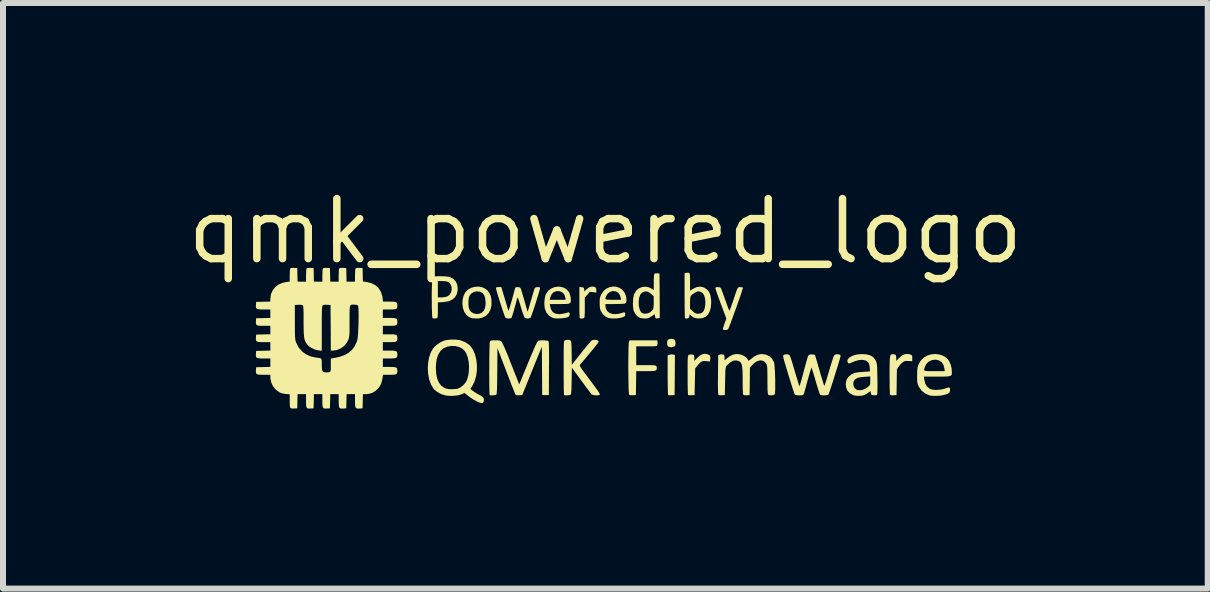
<source format=kicad_pcb>
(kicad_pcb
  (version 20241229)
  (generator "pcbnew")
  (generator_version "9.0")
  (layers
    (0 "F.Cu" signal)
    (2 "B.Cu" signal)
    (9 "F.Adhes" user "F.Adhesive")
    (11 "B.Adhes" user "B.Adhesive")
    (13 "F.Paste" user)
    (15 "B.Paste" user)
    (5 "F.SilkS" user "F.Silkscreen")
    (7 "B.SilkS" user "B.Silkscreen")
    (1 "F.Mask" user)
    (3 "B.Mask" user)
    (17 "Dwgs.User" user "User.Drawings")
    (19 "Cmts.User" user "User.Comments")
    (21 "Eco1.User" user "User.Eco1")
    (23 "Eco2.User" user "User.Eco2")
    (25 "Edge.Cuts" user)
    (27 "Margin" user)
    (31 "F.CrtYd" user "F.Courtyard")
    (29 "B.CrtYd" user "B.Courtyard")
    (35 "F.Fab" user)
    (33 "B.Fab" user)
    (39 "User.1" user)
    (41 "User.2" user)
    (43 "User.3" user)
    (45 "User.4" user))
  (footprint "qmk_powered_logo"
    (layer "F.Cu")
    (at 7.04 2.582)
    (property "Reference" "qmk_powered_logo" (at 0 -1.778 0) (layer "F.SilkS") (effects (font (size 1 1) (thickness 0.125))))
    (attr board_only exclude_from_pos_files exclude_from_bom)
    (fp_poly (pts (xy 1.123 0.276) (xy 1.159 0.283) (xy 1.157 0.618) (xy 1.154 0.953) (xy 1.103 0.955) (xy 1.073 0.956) (xy 1.051 0.954) (xy 1.045 0.951) (xy 1.044 0.94) (xy 1.042 0.911) (xy 1.041 0.866) (xy 1.04 0.809) (xy 1.039 0.741) (xy 1.038 0.666) (xy 1.038 0.618) (xy 1.038 0.292) (xy 1.063 0.281) (xy 1.091 0.275)) (stroke (width 0) (type solid)) (fill yes) (layer "F.SilkS"))
    (fp_poly (pts (xy 1.128 0.019) (xy 1.151 0.028) (xy 1.153 0.029) (xy 1.163 0.048) (xy 1.169 0.077) (xy 1.168 0.108) (xy 1.162 0.132) (xy 1.157 0.138) (xy 1.13 0.15) (xy 1.096 0.156) (xy 1.073 0.154) (xy 1.046 0.142) (xy 1.032 0.121) (xy 1.028 0.086) (xy 1.028 0.086) (xy 1.033 0.048) (xy 1.05 0.026) (xy 1.082 0.016) (xy 1.099 0.016)) (stroke (width 0) (type solid)) (fill yes) (layer "F.SilkS"))
    (fp_poly (pts (xy -0.171 -0.846) (xy -0.157 -0.831) (xy -0.151 -0.804) (xy -0.151 -0.796) (xy -0.151 -0.756) (xy -0.205 -0.762) (xy -0.258 -0.768) (xy -0.3 -0.72) (xy -0.343 -0.672) (xy -0.343 -0.504) (xy -0.343 -0.441) (xy -0.344 -0.395) (xy -0.346 -0.363) (xy -0.349 -0.344) (xy -0.353 -0.333) (xy -0.359 -0.329) (xy -0.383 -0.323) (xy -0.409 -0.323) (xy -0.426 -0.329) (xy -0.427 -0.329) (xy -0.429 -0.341) (xy -0.43 -0.37) (xy -0.432 -0.413) (xy -0.433 -0.469) (xy -0.433 -0.533) (xy -0.433 -0.592) (xy -0.433 -0.848) (xy -0.396 -0.845) (xy -0.37 -0.841) (xy -0.358 -0.831) (xy -0.353 -0.808) (xy -0.353 -0.808) (xy -0.348 -0.774) (xy -0.323 -0.801) (xy -0.281 -0.836) (xy -0.238 -0.854) (xy -0.195 -0.855)) (stroke (width 0) (type solid)) (fill yes) (layer "F.SilkS"))
    (fp_poly (pts (xy 5.073 0.274) (xy 5.098 0.283) (xy 5.111 0.293) (xy 5.115 0.311) (xy 5.115 0.338) (xy 5.115 0.388) (xy 5.052 0.385) (xy 5.014 0.384) (xy 4.989 0.388) (xy 4.968 0.397) (xy 4.954 0.408) (xy 4.927 0.432) (xy 4.899 0.464) (xy 4.889 0.478) (xy 4.859 0.522) (xy 4.856 0.737) (xy 4.853 0.953) (xy 4.802 0.956) (xy 4.769 0.956) (xy 4.751 0.951) (xy 4.744 0.942) (xy 4.742 0.928) (xy 4.741 0.897) (xy 4.739 0.85) (xy 4.738 0.792) (xy 4.738 0.723) (xy 4.737 0.648) (xy 4.737 0.615) (xy 4.737 0.523) (xy 4.738 0.449) (xy 4.739 0.391) (xy 4.741 0.348) (xy 4.745 0.316) (xy 4.75 0.295) (xy 4.757 0.282) (xy 4.767 0.275) (xy 4.779 0.273) (xy 4.793 0.272) (xy 4.823 0.275) (xy 4.84 0.286) (xy 4.847 0.31) (xy 4.848 0.335) (xy 4.848 0.385) (xy 4.896 0.335) (xy 4.944 0.293) (xy 4.991 0.271) (xy 5.04 0.267)) (stroke (width 0) (type solid)) (fill yes) (layer "F.SilkS"))
    (fp_poly (pts (xy 1.675 0.266) (xy 1.695 0.272) (xy 1.715 0.276) (xy 1.739 0.291) (xy 1.75 0.319) (xy 1.748 0.361) (xy 1.747 0.362) (xy 1.741 0.394) (xy 1.682 0.387) (xy 1.644 0.385) (xy 1.614 0.39) (xy 1.587 0.405) (xy 1.559 0.432) (xy 1.536 0.46) (xy 1.497 0.507) (xy 1.492 0.73) (xy 1.487 0.953) (xy 1.436 0.955) (xy 1.405 0.956) (xy 1.384 0.954) (xy 1.378 0.951) (xy 1.376 0.94) (xy 1.375 0.911) (xy 1.373 0.866) (xy 1.372 0.809) (xy 1.371 0.741) (xy 1.371 0.666) (xy 1.371 0.619) (xy 1.371 0.529) (xy 1.371 0.458) (xy 1.371 0.402) (xy 1.372 0.36) (xy 1.374 0.33) (xy 1.376 0.31) (xy 1.379 0.296) (xy 1.383 0.289) (xy 1.388 0.284) (xy 1.392 0.282) (xy 1.417 0.275) (xy 1.447 0.277) (xy 1.468 0.282) (xy 1.478 0.29) (xy 1.481 0.309) (xy 1.482 0.333) (xy 1.482 0.383) (xy 1.53 0.334) (xy 1.568 0.3) (xy 1.609 0.277) (xy 1.647 0.265)) (stroke (width 0) (type solid)) (fill yes) (layer "F.SilkS"))
    (fp_poly (pts (xy 0.87 0.068) (xy 0.87 0.097) (xy 0.866 0.118) (xy 0.862 0.126) (xy 0.856 0.132) (xy 0.845 0.137) (xy 0.826 0.139) (xy 0.796 0.14) (xy 0.752 0.141) (xy 0.691 0.141) (xy 0.686 0.141) (xy 0.514 0.141) (xy 0.514 0.297) (xy 0.514 0.454) (xy 0.679 0.454) (xy 0.743 0.454) (xy 0.789 0.455) (xy 0.821 0.457) (xy 0.841 0.463) (xy 0.851 0.471) (xy 0.856 0.484) (xy 0.857 0.502) (xy 0.857 0.508) (xy 0.855 0.524) (xy 0.849 0.536) (xy 0.835 0.545) (xy 0.812 0.55) (xy 0.775 0.553) (xy 0.723 0.554) (xy 0.674 0.554) (xy 0.514 0.554) (xy 0.512 0.753) (xy 0.509 0.953) (xy 0.459 0.955) (xy 0.423 0.955) (xy 0.399 0.949) (xy 0.396 0.946) (xy 0.393 0.933) (xy 0.39 0.903) (xy 0.388 0.858) (xy 0.386 0.8) (xy 0.385 0.732) (xy 0.384 0.657) (xy 0.383 0.577) (xy 0.382 0.495) (xy 0.382 0.413) (xy 0.383 0.334) (xy 0.384 0.261) (xy 0.385 0.195) (xy 0.387 0.14) (xy 0.389 0.099) (xy 0.391 0.073) (xy 0.393 0.066) (xy 0.403 0.04) (xy 0.634 0.04) (xy 0.864 0.04)) (stroke (width 0) (type solid)) (fill yes) (layer "F.SilkS"))
    (fp_poly (pts (xy -2.044 -0.841) (xy -1.992 -0.814) (xy -1.968 -0.794) (xy -1.934 -0.75) (xy -1.912 -0.703) (xy -1.9 -0.646) (xy -1.898 -0.62) (xy -1.899 -0.539) (xy -1.916 -0.469) (xy -1.947 -0.412) (xy -1.991 -0.367) (xy -2.047 -0.338) (xy -2.115 -0.324) (xy -2.143 -0.324) (xy -2.181 -0.325) (xy -2.213 -0.327) (xy -2.232 -0.33) (xy -2.276 -0.35) (xy -2.317 -0.385) (xy -2.35 -0.43) (xy -2.354 -0.44) (xy -2.375 -0.5) (xy -2.383 -0.568) (xy -2.383 -0.572) (xy -2.283 -0.572) (xy -2.28 -0.523) (xy -2.271 -0.482) (xy -2.265 -0.466) (xy -2.235 -0.431) (xy -2.194 -0.408) (xy -2.147 -0.398) (xy -2.099 -0.403) (xy -2.057 -0.422) (xy -2.026 -0.454) (xy -2.006 -0.498) (xy -1.997 -0.556) (xy -1.996 -0.584) (xy -2.002 -0.655) (xy -2.018 -0.709) (xy -2.046 -0.746) (xy -2.086 -0.769) (xy -2.139 -0.776) (xy -2.139 -0.776) (xy -2.19 -0.767) (xy -2.234 -0.741) (xy -2.264 -0.703) (xy -2.275 -0.67) (xy -2.282 -0.624) (xy -2.283 -0.572) (xy -2.383 -0.572) (xy -2.379 -0.637) (xy -2.364 -0.701) (xy -2.337 -0.756) (xy -2.326 -0.77) (xy -2.281 -0.811) (xy -2.226 -0.839) (xy -2.165 -0.853) (xy -2.103 -0.854)) (stroke (width 0) (type solid)) (fill yes) (layer "F.SilkS"))
    (fp_poly (pts (xy -2.692 -1.027) (xy -2.646 -1.023) (xy -2.609 -1.018) (xy -2.589 -1.013) (xy -2.534 -0.984) (xy -2.494 -0.941) (xy -2.469 -0.887) (xy -2.461 -0.823) (xy -2.462 -0.797) (xy -2.476 -0.731) (xy -2.506 -0.679) (xy -2.551 -0.639) (xy -2.612 -0.612) (xy -2.688 -0.598) (xy -2.707 -0.597) (xy -2.792 -0.592) (xy -2.792 -0.463) (xy -2.792 -0.409) (xy -2.794 -0.372) (xy -2.796 -0.348) (xy -2.801 -0.335) (xy -2.807 -0.329) (xy -2.808 -0.329) (xy -2.838 -0.324) (xy -2.871 -0.326) (xy -2.88 -0.329) (xy -2.884 -0.34) (xy -2.887 -0.369) (xy -2.889 -0.412) (xy -2.891 -0.466) (xy -2.893 -0.529) (xy -2.893 -0.598) (xy -2.894 -0.67) (xy -2.894 -0.742) (xy -2.893 -0.811) (xy -2.891 -0.875) (xy -2.89 -0.93) (xy -2.889 -0.947) (xy -2.792 -0.947) (xy -2.792 -0.811) (xy -2.792 -0.675) (xy -2.729 -0.675) (xy -2.676 -0.68) (xy -2.634 -0.692) (xy -2.631 -0.693) (xy -2.596 -0.72) (xy -2.573 -0.758) (xy -2.562 -0.802) (xy -2.563 -0.847) (xy -2.577 -0.888) (xy -2.603 -0.921) (xy -2.62 -0.932) (xy -2.651 -0.942) (xy -2.696 -0.947) (xy -2.721 -0.947) (xy -2.792 -0.947) (xy -2.889 -0.947) (xy -2.887 -0.974) (xy -2.884 -1.004) (xy -2.881 -1.016) (xy -2.864 -1.022) (xy -2.832 -1.026) (xy -2.79 -1.028) (xy -2.742 -1.028)) (stroke (width 0) (type solid)) (fill yes) (layer "F.SilkS"))
    (fp_poly (pts (xy -0.755 -0.853) (xy -0.692 -0.837) (xy -0.642 -0.806) (xy -0.605 -0.76) (xy -0.583 -0.7) (xy -0.577 -0.659) (xy -0.575 -0.627) (xy -0.576 -0.603) (xy -0.583 -0.586) (xy -0.599 -0.575) (xy -0.625 -0.568) (xy -0.665 -0.565) (xy -0.722 -0.565) (xy -0.767 -0.564) (xy -0.926 -0.564) (xy -0.92 -0.527) (xy -0.904 -0.471) (xy -0.876 -0.43) (xy -0.834 -0.405) (xy -0.78 -0.396) (xy -0.751 -0.397) (xy -0.709 -0.403) (xy -0.668 -0.411) (xy -0.649 -0.417) (xy -0.618 -0.426) (xy -0.602 -0.424) (xy -0.596 -0.41) (xy -0.595 -0.392) (xy -0.601 -0.367) (xy -0.622 -0.348) (xy -0.658 -0.336) (xy -0.712 -0.328) (xy -0.756 -0.325) (xy -0.806 -0.324) (xy -0.842 -0.326) (xy -0.869 -0.332) (xy -0.892 -0.341) (xy -0.944 -0.376) (xy -0.984 -0.425) (xy -1.008 -0.484) (xy -1.008 -0.484) (xy -1.016 -0.537) (xy -1.017 -0.597) (xy -1.013 -0.635) (xy -0.928 -0.635) (xy -0.795 -0.635) (xy -0.663 -0.635) (xy -0.668 -0.676) (xy -0.683 -0.721) (xy -0.713 -0.755) (xy -0.753 -0.776) (xy -0.799 -0.781) (xy -0.826 -0.776) (xy -0.867 -0.758) (xy -0.896 -0.727) (xy -0.916 -0.681) (xy -0.921 -0.663) (xy -0.928 -0.635) (xy -1.013 -0.635) (xy -1.011 -0.656) (xy -1 -0.707) (xy -0.99 -0.732) (xy -0.952 -0.786) (xy -0.901 -0.825) (xy -0.84 -0.849) (xy -0.774 -0.855)) (stroke (width 0) (type solid)) (fill yes) (layer "F.SilkS"))
    (fp_poly (pts (xy 2.248 -0.847) (xy 2.274 -0.844) (xy 2.291 -0.839) (xy 2.293 -0.837) (xy 2.291 -0.826) (xy 2.282 -0.799) (xy 2.269 -0.758) (xy 2.252 -0.705) (xy 2.231 -0.645) (xy 2.207 -0.578) (xy 2.183 -0.508) (xy 2.157 -0.438) (xy 2.132 -0.369) (xy 2.109 -0.306) (xy 2.088 -0.249) (xy 2.07 -0.202) (xy 2.056 -0.167) (xy 2.047 -0.148) (xy 2.045 -0.145) (xy 2.028 -0.135) (xy 2.002 -0.131) (xy 1.976 -0.133) (xy 1.96 -0.141) (xy 1.96 -0.142) (xy 1.96 -0.156) (xy 1.967 -0.183) (xy 1.979 -0.219) (xy 1.985 -0.237) (xy 2.017 -0.321) (xy 1.926 -0.564) (xy 1.901 -0.63) (xy 1.879 -0.692) (xy 1.86 -0.745) (xy 1.846 -0.787) (xy 1.837 -0.815) (xy 1.834 -0.826) (xy 1.838 -0.84) (xy 1.852 -0.846) (xy 1.874 -0.847) (xy 1.901 -0.844) (xy 1.92 -0.836) (xy 1.922 -0.834) (xy 1.929 -0.821) (xy 1.94 -0.792) (xy 1.956 -0.75) (xy 1.975 -0.699) (xy 1.995 -0.641) (xy 1.997 -0.638) (xy 2.017 -0.581) (xy 2.035 -0.531) (xy 2.05 -0.491) (xy 2.061 -0.465) (xy 2.067 -0.454) (xy 2.067 -0.454) (xy 2.073 -0.463) (xy 2.083 -0.488) (xy 2.097 -0.525) (xy 2.113 -0.572) (xy 2.122 -0.597) (xy 2.147 -0.673) (xy 2.167 -0.731) (xy 2.182 -0.775) (xy 2.194 -0.806) (xy 2.204 -0.827) (xy 2.213 -0.839) (xy 2.221 -0.845) (xy 2.231 -0.847) (xy 2.242 -0.847)) (stroke (width 0) (type solid)) (fill yes) (layer "F.SilkS"))
    (fp_poly (pts (xy 0.18 -0.853) (xy 0.232 -0.836) (xy 0.278 -0.806) (xy 0.315 -0.763) (xy 0.338 -0.713) (xy 0.35 -0.658) (xy 0.352 -0.615) (xy 0.344 -0.586) (xy 0.333 -0.575) (xy 0.316 -0.571) (xy 0.283 -0.568) (xy 0.237 -0.566) (xy 0.181 -0.565) (xy 0.157 -0.564) (xy 0 -0.564) (xy 0 -0.535) (xy 0.009 -0.484) (xy 0.034 -0.444) (xy 0.073 -0.414) (xy 0.123 -0.398) (xy 0.182 -0.397) (xy 0.223 -0.403) (xy 0.261 -0.412) (xy 0.279 -0.418) (xy 0.309 -0.427) (xy 0.326 -0.422) (xy 0.332 -0.401) (xy 0.331 -0.387) (xy 0.326 -0.368) (xy 0.313 -0.356) (xy 0.287 -0.344) (xy 0.277 -0.341) (xy 0.236 -0.331) (xy 0.184 -0.325) (xy 0.13 -0.324) (xy 0.08 -0.327) (xy 0.047 -0.333) (xy -0.000362 -0.357) (xy -0.042 -0.396) (xy -0.071 -0.44) (xy -0.084 -0.47) (xy -0.091 -0.5) (xy -0.094 -0.538) (xy -0.095 -0.58) (xy -0.095 -0.627) (xy -0.092 -0.654) (xy 0.00027 -0.654) (xy 0.006 -0.644) (xy 0.023 -0.638) (xy 0.053 -0.636) (xy 0.1 -0.635) (xy 0.131 -0.635) (xy 0.262 -0.635) (xy 0.256 -0.668) (xy 0.238 -0.72) (xy 0.21 -0.756) (xy 0.177 -0.774) (xy 0.127 -0.781) (xy 0.081 -0.769) (xy 0.042 -0.741) (xy 0.014 -0.699) (xy 0.011 -0.692) (xy 0.003 -0.67) (xy 0.00027 -0.654) (xy -0.092 -0.654) (xy -0.092 -0.66) (xy -0.085 -0.687) (xy -0.073 -0.715) (xy -0.065 -0.731) (xy -0.029 -0.783) (xy 0.016 -0.821) (xy 0.069 -0.845) (xy 0.124 -0.856)) (stroke (width 0) (type solid)) (fill yes) (layer "F.SilkS"))
    (fp_poly (pts (xy 0.902 -1.073) (xy 0.905 -0.703) (xy 0.907 -0.333) (xy 0.882 -0.327) (xy 0.85 -0.324) (xy 0.832 -0.336) (xy 0.827 -0.363) (xy 0.825 -0.384) (xy 0.823 -0.393) (xy 0.822 -0.393) (xy 0.813 -0.388) (xy 0.791 -0.374) (xy 0.766 -0.358) (xy 0.732 -0.337) (xy 0.704 -0.327) (xy 0.672 -0.323) (xy 0.657 -0.323) (xy 0.619 -0.326) (xy 0.584 -0.332) (xy 0.569 -0.337) (xy 0.531 -0.362) (xy 0.497 -0.402) (xy 0.473 -0.449) (xy 0.472 -0.451) (xy 0.466 -0.479) (xy 0.461 -0.521) (xy 0.459 -0.569) (xy 0.459 -0.582) (xy 0.555 -0.582) (xy 0.559 -0.524) (xy 0.572 -0.473) (xy 0.59 -0.435) (xy 0.611 -0.415) (xy 0.647 -0.404) (xy 0.689 -0.405) (xy 0.73 -0.418) (xy 0.745 -0.427) (xy 0.771 -0.448) (xy 0.788 -0.468) (xy 0.799 -0.49) (xy 0.804 -0.521) (xy 0.806 -0.565) (xy 0.806 -0.591) (xy 0.806 -0.693) (xy 0.767 -0.729) (xy 0.73 -0.758) (xy 0.699 -0.772) (xy 0.666 -0.774) (xy 0.651 -0.772) (xy 0.612 -0.755) (xy 0.582 -0.721) (xy 0.563 -0.67) (xy 0.555 -0.604) (xy 0.555 -0.582) (xy 0.459 -0.582) (xy 0.459 -0.585) (xy 0.464 -0.664) (xy 0.48 -0.729) (xy 0.508 -0.78) (xy 0.548 -0.819) (xy 0.555 -0.823) (xy 0.608 -0.847) (xy 0.666 -0.854) (xy 0.723 -0.844) (xy 0.764 -0.824) (xy 0.806 -0.796) (xy 0.807 -0.925) (xy 0.807 -0.974) (xy 0.809 -1.017) (xy 0.812 -1.049) (xy 0.815 -1.066) (xy 0.815 -1.067) (xy 0.832 -1.076) (xy 0.863 -1.077)) (stroke (width 0) (type solid)) (fill yes) (layer "F.SilkS"))
    (fp_poly (pts (xy 1.39 -1.084) (xy 1.398 -1.08) (xy 1.404 -1.073) (xy 1.408 -1.059) (xy 1.41 -1.036) (xy 1.411 -0.999) (xy 1.411 -0.947) (xy 1.411 -0.932) (xy 1.411 -0.787) (xy 1.461 -0.818) (xy 1.521 -0.846) (xy 1.579 -0.855) (xy 1.634 -0.843) (xy 1.653 -0.835) (xy 1.698 -0.803) (xy 1.731 -0.761) (xy 1.752 -0.706) (xy 1.762 -0.637) (xy 1.764 -0.594) (xy 1.758 -0.51) (xy 1.739 -0.441) (xy 1.709 -0.387) (xy 1.667 -0.35) (xy 1.613 -0.329) (xy 1.548 -0.324) (xy 1.546 -0.324) (xy 1.506 -0.329) (xy 1.477 -0.338) (xy 1.45 -0.355) (xy 1.442 -0.361) (xy 1.401 -0.394) (xy 1.401 -0.364) (xy 1.395 -0.338) (xy 1.374 -0.325) (xy 1.351 -0.323) (xy 1.333 -0.326) (xy 1.327 -0.329) (xy 1.326 -0.341) (xy 1.324 -0.37) (xy 1.323 -0.414) (xy 1.322 -0.473) (xy 1.322 -0.486) (xy 1.411 -0.486) (xy 1.456 -0.445) (xy 1.485 -0.42) (xy 1.508 -0.408) (xy 1.533 -0.403) (xy 1.545 -0.403) (xy 1.578 -0.407) (xy 1.605 -0.416) (xy 1.611 -0.419) (xy 1.639 -0.45) (xy 1.657 -0.498) (xy 1.666 -0.562) (xy 1.667 -0.59) (xy 1.661 -0.659) (xy 1.645 -0.713) (xy 1.618 -0.751) (xy 1.581 -0.772) (xy 1.55 -0.776) (xy 1.525 -0.77) (xy 1.493 -0.754) (xy 1.46 -0.733) (xy 1.433 -0.711) (xy 1.422 -0.697) (xy 1.417 -0.678) (xy 1.413 -0.645) (xy 1.411 -0.603) (xy 1.411 -0.582) (xy 1.411 -0.486) (xy 1.322 -0.486) (xy 1.321 -0.542) (xy 1.321 -0.62) (xy 1.32 -0.704) (xy 1.32 -0.707) (xy 1.32 -1.078) (xy 1.345 -1.084) (xy 1.373 -1.087)) (stroke (width 0) (type solid)) (fill yes) (layer "F.SilkS"))
    (fp_poly (pts (xy 5.564 0.276) (xy 5.626 0.296) (xy 5.68 0.329) (xy 5.723 0.376) (xy 5.725 0.38) (xy 5.755 0.442) (xy 5.772 0.515) (xy 5.775 0.569) (xy 5.775 0.593) (xy 5.772 0.611) (xy 5.764 0.624) (xy 5.75 0.633) (xy 5.725 0.639) (xy 5.689 0.643) (xy 5.639 0.645) (xy 5.572 0.645) (xy 5.527 0.645) (xy 5.309 0.645) (xy 5.316 0.697) (xy 5.332 0.762) (xy 5.362 0.812) (xy 5.405 0.846) (xy 5.426 0.856) (xy 5.463 0.864) (xy 5.512 0.867) (xy 5.566 0.864) (xy 5.618 0.856) (xy 5.655 0.847) (xy 5.696 0.833) (xy 5.723 0.827) (xy 5.738 0.831) (xy 5.744 0.845) (xy 5.745 0.867) (xy 5.742 0.894) (xy 5.731 0.914) (xy 5.708 0.93) (xy 5.67 0.944) (xy 5.64 0.952) (xy 5.597 0.96) (xy 5.545 0.965) (xy 5.491 0.966) (xy 5.443 0.965) (xy 5.406 0.959) (xy 5.403 0.958) (xy 5.331 0.927) (xy 5.273 0.882) (xy 5.23 0.822) (xy 5.219 0.801) (xy 5.209 0.777) (xy 5.202 0.753) (xy 5.198 0.725) (xy 5.196 0.686) (xy 5.196 0.633) (xy 5.196 0.625) (xy 5.197 0.557) (xy 5.2 0.53) (xy 5.313 0.53) (xy 5.317 0.542) (xy 5.329 0.549) (xy 5.352 0.552) (xy 5.388 0.554) (xy 5.44 0.554) (xy 5.485 0.554) (xy 5.657 0.554) (xy 5.651 0.508) (xy 5.635 0.45) (xy 5.605 0.405) (xy 5.563 0.376) (xy 5.509 0.363) (xy 5.494 0.363) (xy 5.435 0.372) (xy 5.385 0.398) (xy 5.346 0.439) (xy 5.322 0.492) (xy 5.316 0.514) (xy 5.313 0.53) (xy 5.2 0.53) (xy 5.202 0.504) (xy 5.212 0.461) (xy 5.229 0.424) (xy 5.252 0.386) (xy 5.264 0.37) (xy 5.311 0.325) (xy 5.368 0.293) (xy 5.432 0.274) (xy 5.498 0.268)) (stroke (width 0) (type solid)) (fill yes) (layer "F.SilkS"))
    (fp_poly (pts (xy -0.609 0.032) (xy -0.582 0.043) (xy -0.582 0.043) (xy -0.576 0.05) (xy -0.571 0.061) (xy -0.568 0.081) (xy -0.566 0.111) (xy -0.564 0.155) (xy -0.563 0.214) (xy -0.562 0.252) (xy -0.559 0.448) (xy -0.4 0.247) (xy -0.356 0.192) (xy -0.315 0.142) (xy -0.279 0.099) (xy -0.251 0.066) (xy -0.231 0.045) (xy -0.223 0.039) (xy -0.19 0.032) (xy -0.155 0.033) (xy -0.127 0.043) (xy -0.126 0.044) (xy -0.114 0.055) (xy -0.113 0.065) (xy -0.124 0.083) (xy -0.126 0.087) (xy -0.139 0.105) (xy -0.165 0.138) (xy -0.203 0.185) (xy -0.253 0.245) (xy -0.313 0.317) (xy -0.384 0.401) (xy -0.421 0.446) (xy -0.425 0.452) (xy -0.425 0.461) (xy -0.42 0.475) (xy -0.409 0.494) (xy -0.39 0.522) (xy -0.363 0.56) (xy -0.326 0.61) (xy -0.278 0.674) (xy -0.275 0.678) (xy -0.222 0.749) (xy -0.18 0.806) (xy -0.148 0.85) (xy -0.124 0.883) (xy -0.108 0.907) (xy -0.099 0.924) (xy -0.094 0.936) (xy -0.094 0.943) (xy -0.096 0.948) (xy -0.111 0.955) (xy -0.138 0.958) (xy -0.171 0.957) (xy -0.202 0.952) (xy -0.225 0.943) (xy -0.229 0.94) (xy -0.24 0.927) (xy -0.261 0.9) (xy -0.289 0.862) (xy -0.325 0.815) (xy -0.365 0.76) (xy -0.403 0.709) (xy -0.559 0.495) (xy -0.562 0.713) (xy -0.564 0.795) (xy -0.566 0.859) (xy -0.569 0.907) (xy -0.573 0.936) (xy -0.576 0.944) (xy -0.592 0.952) (xy -0.619 0.956) (xy -0.65 0.958) (xy -0.676 0.956) (xy -0.689 0.951) (xy -0.69 0.94) (xy -0.691 0.91) (xy -0.693 0.865) (xy -0.694 0.806) (xy -0.694 0.735) (xy -0.695 0.654) (xy -0.695 0.565) (xy -0.695 0.498) (xy -0.695 0.391) (xy -0.695 0.303) (xy -0.695 0.231) (xy -0.694 0.175) (xy -0.693 0.131) (xy -0.692 0.098) (xy -0.69 0.075) (xy -0.688 0.06) (xy -0.685 0.05) (xy -0.681 0.044) (xy -0.677 0.041) (xy -0.676 0.041) (xy -0.644 0.032)) (stroke (width 0) (type solid)) (fill yes) (layer "F.SilkS"))
    (fp_poly (pts (xy -2.498 0.028) (xy -2.439 0.035) (xy -2.414 0.04) (xy -2.34 0.069) (xy -2.278 0.109) (xy -2.247 0.139) (xy -2.204 0.202) (xy -2.172 0.278) (xy -2.151 0.364) (xy -2.141 0.455) (xy -2.142 0.548) (xy -2.155 0.639) (xy -2.18 0.724) (xy -2.217 0.799) (xy -2.223 0.809) (xy -2.25 0.85) (xy -2.216 0.878) (xy -2.19 0.897) (xy -2.154 0.92) (xy -2.114 0.942) (xy -2.112 0.944) (xy -2.072 0.965) (xy -2.047 0.982) (xy -2.033 0.996) (xy -2.027 1.011) (xy -2.026 1.03) (xy -2.029 1.062) (xy -2.039 1.081) (xy -2.058 1.087) (xy -2.089 1.081) (xy -2.134 1.062) (xy -2.152 1.053) (xy -2.199 1.027) (xy -2.248 0.995) (xy -2.285 0.968) (xy -2.347 0.918) (xy -2.395 0.939) (xy -2.443 0.954) (xy -2.504 0.963) (xy -2.57 0.967) (xy -2.634 0.963) (xy -2.671 0.957) (xy -2.74 0.935) (xy -2.803 0.901) (xy -2.854 0.857) (xy -2.869 0.839) (xy -2.908 0.772) (xy -2.937 0.693) (xy -2.954 0.604) (xy -2.96 0.511) (xy -2.959 0.494) (xy -2.825 0.494) (xy -2.82 0.594) (xy -2.804 0.676) (xy -2.776 0.743) (xy -2.737 0.794) (xy -2.687 0.831) (xy -2.659 0.843) (xy -2.621 0.852) (xy -2.572 0.855) (xy -2.521 0.854) (xy -2.474 0.849) (xy -2.457 0.845) (xy -2.411 0.822) (xy -2.366 0.786) (xy -2.328 0.741) (xy -2.309 0.706) (xy -2.287 0.636) (xy -2.275 0.558) (xy -2.272 0.476) (xy -2.279 0.395) (xy -2.295 0.32) (xy -2.32 0.255) (xy -2.343 0.219) (xy -2.385 0.179) (xy -2.44 0.151) (xy -2.502 0.136) (xy -2.568 0.134) (xy -2.633 0.145) (xy -2.693 0.171) (xy -2.704 0.177) (xy -2.75 0.22) (xy -2.786 0.278) (xy -2.811 0.352) (xy -2.823 0.44) (xy -2.825 0.494) (xy -2.959 0.494) (xy -2.955 0.418) (xy -2.939 0.328) (xy -2.911 0.245) (xy -2.877 0.183) (xy -2.843 0.143) (xy -2.795 0.103) (xy -2.742 0.069) (xy -2.689 0.046) (xy -2.682 0.044) (xy -2.628 0.033) (xy -2.563 0.028)) (stroke (width 0) (type solid)) (fill yes) (layer "F.SilkS"))
    (fp_poly (pts (xy -1.018 0.041) (xy -0.983 0.044) (xy -0.958 0.049) (xy -0.949 0.054) (xy -0.946 0.064) (xy -0.943 0.088) (xy -0.941 0.127) (xy -0.94 0.181) (xy -0.939 0.251) (xy -0.939 0.34) (xy -0.939 0.446) (xy -0.94 0.51) (xy -0.942 0.953) (xy -0.998 0.953) (xy -1.053 0.953) (xy -1.056 0.549) (xy -1.059 0.146) (xy -1.223 0.549) (xy -1.386 0.953) (xy -1.438 0.956) (xy -1.47 0.956) (xy -1.487 0.953) (xy -1.498 0.942) (xy -1.505 0.93) (xy -1.511 0.915) (xy -1.524 0.883) (xy -1.543 0.836) (xy -1.566 0.778) (xy -1.592 0.709) (xy -1.622 0.633) (xy -1.653 0.551) (xy -1.659 0.536) (xy -1.799 0.17) (xy -1.802 0.55) (xy -1.803 0.663) (xy -1.804 0.756) (xy -1.806 0.83) (xy -1.808 0.885) (xy -1.811 0.922) (xy -1.814 0.941) (xy -1.816 0.944) (xy -1.831 0.951) (xy -1.859 0.956) (xy -1.89 0.958) (xy -1.916 0.956) (xy -1.929 0.951) (xy -1.931 0.939) (xy -1.932 0.91) (xy -1.933 0.865) (xy -1.934 0.808) (xy -1.935 0.741) (xy -1.935 0.666) (xy -1.936 0.586) (xy -1.935 0.504) (xy -1.935 0.422) (xy -1.934 0.342) (xy -1.933 0.268) (xy -1.932 0.201) (xy -1.93 0.144) (xy -1.929 0.1) (xy -1.927 0.071) (xy -1.925 0.06) (xy -1.917 0.05) (xy -1.903 0.044) (xy -1.879 0.041) (xy -1.839 0.04) (xy -1.834 0.04) (xy -1.792 0.041) (xy -1.764 0.044) (xy -1.746 0.05) (xy -1.732 0.061) (xy -1.73 0.063) (xy -1.721 0.078) (xy -1.705 0.11) (xy -1.684 0.155) (xy -1.66 0.211) (xy -1.633 0.275) (xy -1.608 0.338) (xy -1.58 0.411) (xy -1.551 0.483) (xy -1.525 0.55) (xy -1.501 0.61) (xy -1.482 0.657) (xy -1.472 0.683) (xy -1.436 0.776) (xy -1.311 0.471) (xy -1.269 0.37) (xy -1.234 0.286) (xy -1.205 0.218) (xy -1.182 0.163) (xy -1.162 0.121) (xy -1.147 0.091) (xy -1.135 0.069) (xy -1.125 0.055) (xy -1.117 0.048) (xy -1.113 0.047) (xy -1.089 0.042) (xy -1.055 0.04)) (stroke (width 0) (type solid)) (fill yes) (layer "F.SilkS"))
    (fp_poly (pts (xy 4.35 0.274) (xy 4.41 0.289) (xy 4.458 0.316) (xy 4.493 0.356) (xy 4.507 0.381) (xy 4.514 0.397) (xy 4.52 0.413) (xy 4.524 0.433) (xy 4.527 0.458) (xy 4.53 0.493) (xy 4.531 0.539) (xy 4.533 0.6) (xy 4.534 0.668) (xy 4.535 0.736) (xy 4.535 0.8) (xy 4.535 0.854) (xy 4.534 0.897) (xy 4.533 0.925) (xy 4.531 0.933) (xy 4.526 0.948) (xy 4.515 0.955) (xy 4.492 0.956) (xy 4.477 0.956) (xy 4.448 0.953) (xy 4.434 0.946) (xy 4.427 0.932) (xy 4.425 0.919) (xy 4.42 0.886) (xy 4.379 0.915) (xy 4.347 0.936) (xy 4.315 0.952) (xy 4.305 0.956) (xy 4.258 0.965) (xy 4.203 0.966) (xy 4.15 0.959) (xy 4.129 0.953) (xy 4.076 0.924) (xy 4.037 0.883) (xy 4.013 0.83) (xy 4.007 0.77) (xy 4.008 0.765) (xy 4.131 0.765) (xy 4.137 0.804) (xy 4.156 0.837) (xy 4.159 0.84) (xy 4.182 0.859) (xy 4.205 0.87) (xy 4.206 0.87) (xy 4.244 0.872) (xy 4.288 0.865) (xy 4.325 0.851) (xy 4.351 0.835) (xy 4.38 0.814) (xy 4.383 0.811) (xy 4.4 0.796) (xy 4.409 0.78) (xy 4.414 0.759) (xy 4.415 0.726) (xy 4.415 0.713) (xy 4.415 0.642) (xy 4.318 0.649) (xy 4.264 0.654) (xy 4.225 0.66) (xy 4.197 0.669) (xy 4.173 0.684) (xy 4.155 0.698) (xy 4.137 0.728) (xy 4.131 0.765) (xy 4.008 0.765) (xy 4.012 0.726) (xy 4.024 0.689) (xy 4.045 0.658) (xy 4.067 0.636) (xy 4.096 0.612) (xy 4.127 0.595) (xy 4.162 0.582) (xy 4.208 0.574) (xy 4.267 0.568) (xy 4.299 0.566) (xy 4.41 0.559) (xy 4.407 0.499) (xy 4.4 0.448) (xy 4.385 0.413) (xy 4.359 0.388) (xy 4.336 0.376) (xy 4.285 0.365) (xy 4.224 0.37) (xy 4.154 0.39) (xy 4.126 0.402) (xy 4.09 0.417) (xy 4.068 0.425) (xy 4.055 0.425) (xy 4.047 0.419) (xy 4.044 0.416) (xy 4.033 0.387) (xy 4.039 0.359) (xy 4.061 0.332) (xy 4.097 0.309) (xy 4.143 0.289) (xy 4.199 0.276) (xy 4.262 0.27) (xy 4.273 0.27)) (stroke (width 0) (type solid)) (fill yes) (layer "F.SilkS"))
    (fp_poly (pts (xy -1.096 -0.843) (xy -1.088 -0.834) (xy -1.091 -0.818) (xy -1.099 -0.786) (xy -1.112 -0.742) (xy -1.128 -0.689) (xy -1.146 -0.631) (xy -1.165 -0.57) (xy -1.185 -0.51) (xy -1.203 -0.454) (xy -1.22 -0.406) (xy -1.234 -0.367) (xy -1.244 -0.343) (xy -1.248 -0.335) (xy -1.269 -0.326) (xy -1.295 -0.323) (xy -1.323 -0.326) (xy -1.343 -0.335) (xy -1.351 -0.349) (xy -1.363 -0.378) (xy -1.379 -0.421) (xy -1.396 -0.473) (xy -1.409 -0.519) (xy -1.426 -0.573) (xy -1.44 -0.618) (xy -1.452 -0.652) (xy -1.461 -0.672) (xy -1.465 -0.675) (xy -1.469 -0.661) (xy -1.478 -0.63) (xy -1.489 -0.588) (xy -1.503 -0.537) (xy -1.512 -0.504) (xy -1.527 -0.45) (xy -1.541 -0.403) (xy -1.553 -0.365) (xy -1.561 -0.341) (xy -1.564 -0.335) (xy -1.581 -0.327) (xy -1.607 -0.323) (xy -1.612 -0.323) (xy -1.641 -0.326) (xy -1.663 -0.334) (xy -1.665 -0.335) (xy -1.671 -0.347) (xy -1.682 -0.375) (xy -1.696 -0.416) (xy -1.714 -0.467) (xy -1.732 -0.524) (xy -1.752 -0.584) (xy -1.771 -0.645) (xy -1.789 -0.702) (xy -1.804 -0.753) (xy -1.815 -0.794) (xy -1.823 -0.823) (xy -1.824 -0.834) (xy -1.815 -0.843) (xy -1.787 -0.847) (xy -1.779 -0.847) (xy -1.734 -0.847) (xy -1.709 -0.764) (xy -1.695 -0.716) (xy -1.678 -0.659) (xy -1.661 -0.6) (xy -1.653 -0.575) (xy -1.64 -0.53) (xy -1.629 -0.492) (xy -1.62 -0.464) (xy -1.616 -0.454) (xy -1.612 -0.458) (xy -1.604 -0.48) (xy -1.592 -0.516) (xy -1.578 -0.563) (xy -1.562 -0.619) (xy -1.544 -0.681) (xy -1.527 -0.746) (xy -1.51 -0.812) (xy -1.508 -0.819) (xy -1.501 -0.837) (xy -1.488 -0.845) (xy -1.462 -0.847) (xy -1.43 -0.843) (xy -1.413 -0.829) (xy -1.413 -0.829) (xy -1.407 -0.814) (xy -1.397 -0.783) (xy -1.384 -0.739) (xy -1.368 -0.686) (xy -1.351 -0.627) (xy -1.351 -0.625) (xy -1.334 -0.567) (xy -1.32 -0.516) (xy -1.308 -0.475) (xy -1.3 -0.448) (xy -1.296 -0.436) (xy -1.296 -0.436) (xy -1.293 -0.445) (xy -1.285 -0.47) (xy -1.273 -0.508) (xy -1.259 -0.558) (xy -1.243 -0.615) (xy -1.24 -0.623) (xy -1.223 -0.682) (xy -1.207 -0.736) (xy -1.194 -0.781) (xy -1.184 -0.812) (xy -1.178 -0.829) (xy -1.178 -0.829) (xy -1.164 -0.84) (xy -1.141 -0.846) (xy -1.116 -0.847)) (stroke (width 0) (type solid)) (fill yes) (layer "F.SilkS"))
    (fp_poly (pts (xy 2.252 0.276) (xy 2.302 0.295) (xy 2.345 0.324) (xy 2.374 0.359) (xy 2.381 0.376) (xy 2.391 0.378) (xy 2.411 0.365) (xy 2.422 0.356) (xy 2.479 0.311) (xy 2.532 0.284) (xy 2.584 0.271) (xy 2.61 0.269) (xy 2.677 0.279) (xy 2.733 0.305) (xy 2.778 0.347) (xy 2.809 0.403) (xy 2.812 0.411) (xy 2.816 0.434) (xy 2.82 0.472) (xy 2.824 0.522) (xy 2.827 0.581) (xy 2.829 0.644) (xy 2.831 0.709) (xy 2.831 0.772) (xy 2.831 0.83) (xy 2.83 0.879) (xy 2.827 0.917) (xy 2.824 0.939) (xy 2.822 0.942) (xy 2.803 0.952) (xy 2.774 0.957) (xy 2.743 0.956) (xy 2.718 0.949) (xy 2.713 0.945) (xy 2.709 0.934) (xy 2.706 0.909) (xy 2.703 0.869) (xy 2.702 0.813) (xy 2.701 0.738) (xy 2.701 0.703) (xy 2.701 0.625) (xy 2.7 0.566) (xy 2.699 0.52) (xy 2.697 0.487) (xy 2.693 0.464) (xy 2.689 0.446) (xy 2.685 0.437) (xy 2.658 0.4) (xy 2.622 0.38) (xy 2.581 0.375) (xy 2.535 0.386) (xy 2.489 0.413) (xy 2.446 0.455) (xy 2.409 0.497) (xy 2.407 0.725) (xy 2.404 0.953) (xy 2.355 0.956) (xy 2.317 0.955) (xy 2.298 0.947) (xy 2.297 0.946) (xy 2.294 0.932) (xy 2.292 0.901) (xy 2.29 0.857) (xy 2.289 0.801) (xy 2.288 0.738) (xy 2.288 0.708) (xy 2.288 0.622) (xy 2.286 0.554) (xy 2.282 0.502) (xy 2.277 0.462) (xy 2.269 0.433) (xy 2.257 0.412) (xy 2.243 0.397) (xy 2.227 0.388) (xy 2.181 0.374) (xy 2.133 0.38) (xy 2.084 0.406) (xy 2.032 0.452) (xy 2.026 0.458) (xy 2.018 0.467) (xy 2.012 0.477) (xy 2.007 0.49) (xy 2.004 0.509) (xy 2.001 0.536) (xy 1.999 0.575) (xy 1.998 0.627) (xy 1.996 0.697) (xy 1.996 0.719) (xy 1.991 0.953) (xy 1.938 0.956) (xy 1.907 0.956) (xy 1.89 0.953) (xy 1.882 0.944) (xy 1.88 0.935) (xy 1.879 0.92) (xy 1.877 0.887) (xy 1.877 0.839) (xy 1.876 0.779) (xy 1.876 0.709) (xy 1.877 0.633) (xy 1.877 0.6) (xy 1.88 0.288) (xy 1.906 0.278) (xy 1.936 0.274) (xy 1.959 0.276) (xy 1.976 0.282) (xy 1.983 0.295) (xy 1.986 0.319) (xy 1.986 0.328) (xy 1.986 0.374) (xy 2.028 0.34) (xy 2.078 0.303) (xy 2.123 0.281) (xy 2.167 0.271) (xy 2.197 0.269)) (stroke (width 0) (type solid)) (fill yes) (layer "F.SilkS"))
    (fp_poly (pts (xy 3.904 0.279) (xy 3.919 0.292) (xy 3.921 0.299) (xy 3.918 0.313) (xy 3.91 0.343) (xy 3.897 0.387) (xy 3.881 0.441) (xy 3.862 0.503) (xy 3.841 0.57) (xy 3.819 0.639) (xy 3.798 0.708) (xy 3.777 0.772) (xy 3.758 0.831) (xy 3.742 0.88) (xy 3.729 0.917) (xy 3.72 0.939) (xy 3.718 0.944) (xy 3.702 0.951) (xy 3.674 0.956) (xy 3.64 0.958) (xy 3.608 0.956) (xy 3.585 0.952) (xy 3.582 0.95) (xy 3.576 0.938) (xy 3.565 0.91) (xy 3.551 0.869) (xy 3.534 0.816) (xy 3.516 0.756) (xy 3.507 0.726) (xy 3.489 0.662) (xy 3.472 0.605) (xy 3.457 0.557) (xy 3.446 0.521) (xy 3.439 0.5) (xy 3.438 0.496) (xy 3.433 0.501) (xy 3.425 0.524) (xy 3.413 0.561) (xy 3.398 0.61) (xy 3.382 0.668) (xy 3.372 0.703) (xy 3.355 0.767) (xy 3.339 0.826) (xy 3.325 0.875) (xy 3.314 0.913) (xy 3.306 0.935) (xy 3.305 0.94) (xy 3.295 0.95) (xy 3.276 0.956) (xy 3.242 0.957) (xy 3.231 0.958) (xy 3.192 0.955) (xy 3.165 0.95) (xy 3.158 0.945) (xy 3.152 0.933) (xy 3.142 0.903) (xy 3.127 0.859) (xy 3.109 0.803) (xy 3.088 0.737) (xy 3.066 0.664) (xy 3.05 0.615) (xy 3.024 0.528) (xy 3.003 0.458) (xy 2.987 0.404) (xy 2.975 0.362) (xy 2.968 0.332) (xy 2.964 0.312) (xy 2.964 0.298) (xy 2.966 0.29) (xy 2.97 0.285) (xy 2.97 0.285) (xy 2.998 0.274) (xy 3.032 0.273) (xy 3.063 0.282) (xy 3.063 0.282) (xy 3.071 0.292) (xy 3.082 0.317) (xy 3.097 0.357) (xy 3.115 0.413) (xy 3.137 0.487) (xy 3.155 0.549) (xy 3.175 0.617) (xy 3.194 0.679) (xy 3.21 0.731) (xy 3.222 0.771) (xy 3.231 0.797) (xy 3.235 0.806) (xy 3.239 0.797) (xy 3.247 0.771) (xy 3.259 0.73) (xy 3.274 0.678) (xy 3.291 0.617) (xy 3.305 0.562) (xy 3.323 0.494) (xy 3.34 0.432) (xy 3.355 0.379) (xy 3.367 0.337) (xy 3.375 0.31) (xy 3.378 0.301) (xy 3.398 0.281) (xy 3.432 0.274) (xy 3.462 0.276) (xy 3.494 0.283) (xy 3.568 0.537) (xy 3.587 0.605) (xy 3.606 0.667) (xy 3.622 0.72) (xy 3.635 0.762) (xy 3.644 0.789) (xy 3.648 0.799) (xy 3.653 0.792) (xy 3.662 0.768) (xy 3.675 0.729) (xy 3.691 0.678) (xy 3.709 0.617) (xy 3.729 0.549) (xy 3.729 0.549) (xy 3.755 0.462) (xy 3.776 0.394) (xy 3.793 0.343) (xy 3.806 0.307) (xy 3.816 0.287) (xy 3.821 0.282) (xy 3.849 0.273) (xy 3.879 0.273)) (stroke (width 0) (type solid)) (fill yes) (layer "F.SilkS"))
    (fp_poly (pts (xy -4.101 -1.167) (xy -4.047 -1.164) (xy -4.044 -1.052) (xy -4.041 -0.94) (xy -3.984 -0.933) (xy -3.904 -0.914) (xy -3.836 -0.88) (xy -3.782 -0.832) (xy -3.742 -0.77) (xy -3.718 -0.695) (xy -3.713 -0.663) (xy -3.707 -0.605) (xy -3.597 -0.605) (xy -3.544 -0.604) (xy -3.508 -0.601) (xy -3.485 -0.593) (xy -3.473 -0.58) (xy -3.468 -0.559) (xy -3.467 -0.539) (xy -3.469 -0.512) (xy -3.475 -0.494) (xy -3.49 -0.483) (xy -3.517 -0.477) (xy -3.557 -0.474) (xy -3.599 -0.474) (xy -3.709 -0.474) (xy -3.709 -0.403) (xy -3.709 -0.333) (xy -3.599 -0.333) (xy -3.545 -0.332) (xy -3.508 -0.329) (xy -3.485 -0.321) (xy -3.473 -0.308) (xy -3.468 -0.288) (xy -3.467 -0.267) (xy -3.469 -0.24) (xy -3.475 -0.222) (xy -3.49 -0.211) (xy -3.517 -0.204) (xy -3.557 -0.202) (xy -3.599 -0.202) (xy -3.709 -0.202) (xy -3.709 -0.131) (xy -3.709 -0.06) (xy -3.599 -0.06) (xy -3.545 -0.06) (xy -3.508 -0.056) (xy -3.485 -0.049) (xy -3.473 -0.036) (xy -3.468 -0.016) (xy -3.467 0.005) (xy -3.469 0.032) (xy -3.475 0.05) (xy -3.49 0.062) (xy -3.517 0.068) (xy -3.557 0.07) (xy -3.599 0.071) (xy -3.709 0.071) (xy -3.709 0.141) (xy -3.709 0.212) (xy -3.599 0.212) (xy -3.545 0.212) (xy -3.508 0.216) (xy -3.485 0.223) (xy -3.473 0.236) (xy -3.468 0.257) (xy -3.467 0.277) (xy -3.469 0.304) (xy -3.475 0.322) (xy -3.49 0.334) (xy -3.517 0.34) (xy -3.557 0.342) (xy -3.599 0.343) (xy -3.709 0.343) (xy -3.709 0.413) (xy -3.709 0.484) (xy -3.599 0.484) (xy -3.545 0.485) (xy -3.508 0.488) (xy -3.485 0.495) (xy -3.473 0.508) (xy -3.468 0.529) (xy -3.467 0.549) (xy -3.469 0.576) (xy -3.476 0.595) (xy -3.491 0.606) (xy -3.517 0.612) (xy -3.559 0.615) (xy -3.597 0.615) (xy -3.706 0.615) (xy -3.717 0.685) (xy -3.737 0.763) (xy -3.772 0.826) (xy -3.821 0.876) (xy -3.827 0.88) (xy -3.877 0.912) (xy -3.924 0.929) (xy -3.975 0.936) (xy -3.989 0.937) (xy -4.041 0.937) (xy -4.044 1.056) (xy -4.047 1.174) (xy -4.096 1.177) (xy -4.127 1.178) (xy -4.148 1.174) (xy -4.162 1.162) (xy -4.169 1.138) (xy -4.172 1.1) (xy -4.173 1.047) (xy -4.173 0.937) (xy -4.243 0.937) (xy -4.313 0.937) (xy -4.316 1.056) (xy -4.319 1.174) (xy -4.368 1.177) (xy -4.399 1.178) (xy -4.42 1.174) (xy -4.434 1.162) (xy -4.441 1.138) (xy -4.444 1.1) (xy -4.445 1.047) (xy -4.445 0.937) (xy -4.515 0.937) (xy -4.585 0.937) (xy -4.588 1.056) (xy -4.591 1.174) (xy -4.64 1.177) (xy -4.671 1.178) (xy -4.692 1.174) (xy -4.706 1.162) (xy -4.713 1.138) (xy -4.717 1.1) (xy -4.717 1.047) (xy -4.717 0.937) (xy -4.787 0.937) (xy -4.858 0.937) (xy -4.86 1.056) (xy -4.863 1.174) (xy -4.912 1.177) (xy -4.943 1.178) (xy -4.965 1.174) (xy -4.978 1.162) (xy -4.986 1.138) (xy -4.989 1.1) (xy -4.989 1.047) (xy -4.989 0.937) (xy -5.06 0.937) (xy -5.13 0.937) (xy -5.133 1.056) (xy -5.135 1.174) (xy -5.186 1.177) (xy -5.222 1.177) (xy -5.245 1.17) (xy -5.249 1.168) (xy -5.256 1.15) (xy -5.26 1.113) (xy -5.261 1.057) (xy -5.261 1.048) (xy -5.261 0.94) (xy -5.325 0.935) (xy -5.384 0.926) (xy -5.434 0.906) (xy -5.481 0.872) (xy -5.501 0.853) (xy -5.542 0.802) (xy -5.57 0.74) (xy -5.583 0.675) (xy -5.584 0.66) (xy -5.584 0.615) (xy -5.694 0.615) (xy -5.748 0.614) (xy -5.785 0.611) (xy -5.809 0.603) (xy -5.821 0.59) (xy -5.825 0.568) (xy -5.824 0.538) (xy -5.821 0.489) (xy -5.702 0.486) (xy -5.584 0.483) (xy -5.584 0.413) (xy -5.584 0.343) (xy -5.694 0.343) (xy -5.748 0.342) (xy -5.785 0.339) (xy -5.809 0.331) (xy -5.821 0.318) (xy -5.825 0.296) (xy -5.824 0.265) (xy -5.821 0.217) (xy -5.702 0.214) (xy -5.584 0.211) (xy -5.584 0.141) (xy -5.584 0.071) (xy -5.694 0.071) (xy -5.748 0.07) (xy -5.785 0.067) (xy -5.809 0.059) (xy -5.821 0.045) (xy -5.825 0.024) (xy -5.824 -0.007) (xy -5.821 -0.055) (xy -5.702 -0.058) (xy -5.584 -0.061) (xy -5.584 -0.131) (xy -5.584 -0.202) (xy -5.694 -0.202) (xy -5.748 -0.202) (xy -5.785 -0.205) (xy -5.809 -0.213) (xy -5.821 -0.227) (xy -5.825 -0.248) (xy -5.824 -0.279) (xy -5.821 -0.328) (xy -5.702 -0.33) (xy -5.584 -0.333) (xy -5.584 -0.403) (xy -5.584 -0.474) (xy -5.694 -0.474) (xy -5.748 -0.474) (xy -5.785 -0.478) (xy -5.809 -0.485) (xy -5.821 -0.499) (xy -5.825 -0.521) (xy -5.824 -0.549) (xy -5.176 -0.549) (xy -5.175 -0.262) (xy -5.175 -0.178) (xy -5.175 -0.111) (xy -5.174 -0.06) (xy -5.173 -0.02) (xy -5.17 0.01) (xy -5.167 0.033) (xy -5.163 0.052) (xy -5.158 0.069) (xy -5.152 0.082) (xy -5.111 0.161) (xy -5.055 0.226) (xy -4.986 0.276) (xy -4.905 0.311) (xy -4.82 0.328) (xy -4.778 0.333) (xy -4.751 0.338) (xy -4.736 0.348) (xy -4.729 0.365) (xy -4.727 0.395) (xy -4.727 0.441) (xy -4.727 0.443) (xy -4.726 0.497) (xy -4.722 0.534) (xy -4.712 0.557) (xy -4.695 0.569) (xy -4.67 0.574) (xy -4.652 0.575) (xy -4.621 0.573) (xy -4.597 0.57) (xy -4.592 0.568) (xy -4.585 0.562) (xy -4.58 0.549) (xy -4.577 0.524) (xy -4.576 0.484) (xy -4.576 0.453) (xy -4.576 0.344) (xy -4.538 0.338) (xy -4.435 0.317) (xy -4.349 0.287) (xy -4.279 0.248) (xy -4.222 0.198) (xy -4.177 0.136) (xy -4.142 0.06) (xy -4.136 0.042) (xy -4.131 0.017) (xy -4.126 -0.023) (xy -4.122 -0.075) (xy -4.119 -0.135) (xy -4.116 -0.201) (xy -4.114 -0.269) (xy -4.113 -0.336) (xy -4.113 -0.398) (xy -4.114 -0.453) (xy -4.116 -0.497) (xy -4.119 -0.527) (xy -4.122 -0.539) (xy -4.143 -0.55) (xy -4.179 -0.554) (xy -4.183 -0.554) (xy -4.207 -0.555) (xy -4.226 -0.554) (xy -4.24 -0.55) (xy -4.25 -0.541) (xy -4.257 -0.524) (xy -4.261 -0.497) (xy -4.263 -0.458) (xy -4.264 -0.404) (xy -4.264 -0.334) (xy -4.264 -0.286) (xy -4.264 -0.206) (xy -4.264 -0.142) (xy -4.265 -0.094) (xy -4.267 -0.056) (xy -4.27 -0.028) (xy -4.274 -0.005) (xy -4.279 0.015) (xy -4.283 0.028) (xy -4.314 0.088) (xy -4.36 0.139) (xy -4.418 0.179) (xy -4.482 0.204) (xy -4.542 0.212) (xy -4.576 0.212) (xy -4.578 -0.169) (xy -4.581 -0.549) (xy -4.641 -0.552) (xy -4.678 -0.553) (xy -4.7 -0.549) (xy -4.713 -0.54) (xy -4.714 -0.538) (xy -4.718 -0.528) (xy -4.721 -0.509) (xy -4.723 -0.479) (xy -4.725 -0.436) (xy -4.726 -0.379) (xy -4.727 -0.305) (xy -4.727 -0.214) (xy -4.727 -0.153) (xy -4.727 0.214) (xy -4.78 0.208) (xy -4.838 0.195) (xy -4.894 0.17) (xy -4.943 0.138) (xy -4.967 0.113) (xy -4.985 0.089) (xy -4.999 0.065) (xy -5.01 0.039) (xy -5.018 0.007) (xy -5.023 -0.033) (xy -5.027 -0.083) (xy -5.029 -0.146) (xy -5.03 -0.226) (xy -5.03 -0.276) (xy -5.03 -0.357) (xy -5.03 -0.421) (xy -5.032 -0.468) (xy -5.034 -0.502) (xy -5.036 -0.524) (xy -5.04 -0.538) (xy -5.044 -0.544) (xy -5.063 -0.55) (xy -5.095 -0.553) (xy -5.117 -0.552) (xy -5.176 -0.549) (xy -5.824 -0.549) (xy -5.824 -0.551) (xy -5.821 -0.6) (xy -5.702 -0.603) (xy -5.584 -0.605) (xy -5.584 -0.653) (xy -5.574 -0.727) (xy -5.546 -0.792) (xy -5.503 -0.847) (xy -5.446 -0.89) (xy -5.377 -0.919) (xy -5.336 -0.928) (xy -5.261 -0.94) (xy -5.261 -1.042) (xy -5.26 -1.086) (xy -5.258 -1.124) (xy -5.255 -1.149) (xy -5.253 -1.157) (xy -5.236 -1.166) (xy -5.202 -1.168) (xy -5.19 -1.167) (xy -5.135 -1.164) (xy -5.133 -1.051) (xy -5.13 -0.937) (xy -5.06 -0.937) (xy -4.989 -0.937) (xy -4.989 -1.041) (xy -4.988 -1.085) (xy -4.986 -1.123) (xy -4.983 -1.149) (xy -4.981 -1.157) (xy -4.964 -1.166) (xy -4.93 -1.168) (xy -4.918 -1.167) (xy -4.863 -1.164) (xy -4.86 -1.051) (xy -4.858 -0.937) (xy -4.787 -0.937) (xy -4.717 -0.937) (xy -4.717 -1.041) (xy -4.716 -1.085) (xy -4.714 -1.123) (xy -4.711 -1.149) (xy -4.708 -1.157) (xy -4.692 -1.166) (xy -4.658 -1.168) (xy -4.646 -1.167) (xy -4.591 -1.164) (xy -4.588 -1.051) (xy -4.585 -0.937) (xy -4.515 -0.937) (xy -4.445 -0.937) (xy -4.445 -1.041) (xy -4.444 -1.085) (xy -4.442 -1.123) (xy -4.439 -1.149) (xy -4.436 -1.157) (xy -4.42 -1.166) (xy -4.386 -1.168) (xy -4.373 -1.167) (xy -4.319 -1.164) (xy -4.316 -1.051) (xy -4.313 -0.937) (xy -4.243 -0.937) (xy -4.173 -0.937) (xy -4.173 -1.041) (xy -4.172 -1.085) (xy -4.17 -1.123) (xy -4.167 -1.149) (xy -4.164 -1.157) (xy -4.148 -1.166) (xy -4.113 -1.168)) (stroke (width 0) (type solid)) (fill yes) (layer "F.SilkS")))
  (gr_rect
    (start -3 -3)
    (end 17.08 6.761)
    (stroke (width 0.1) (type default))
    (fill no)
    (layer "Edge.Cuts")))
</source>
